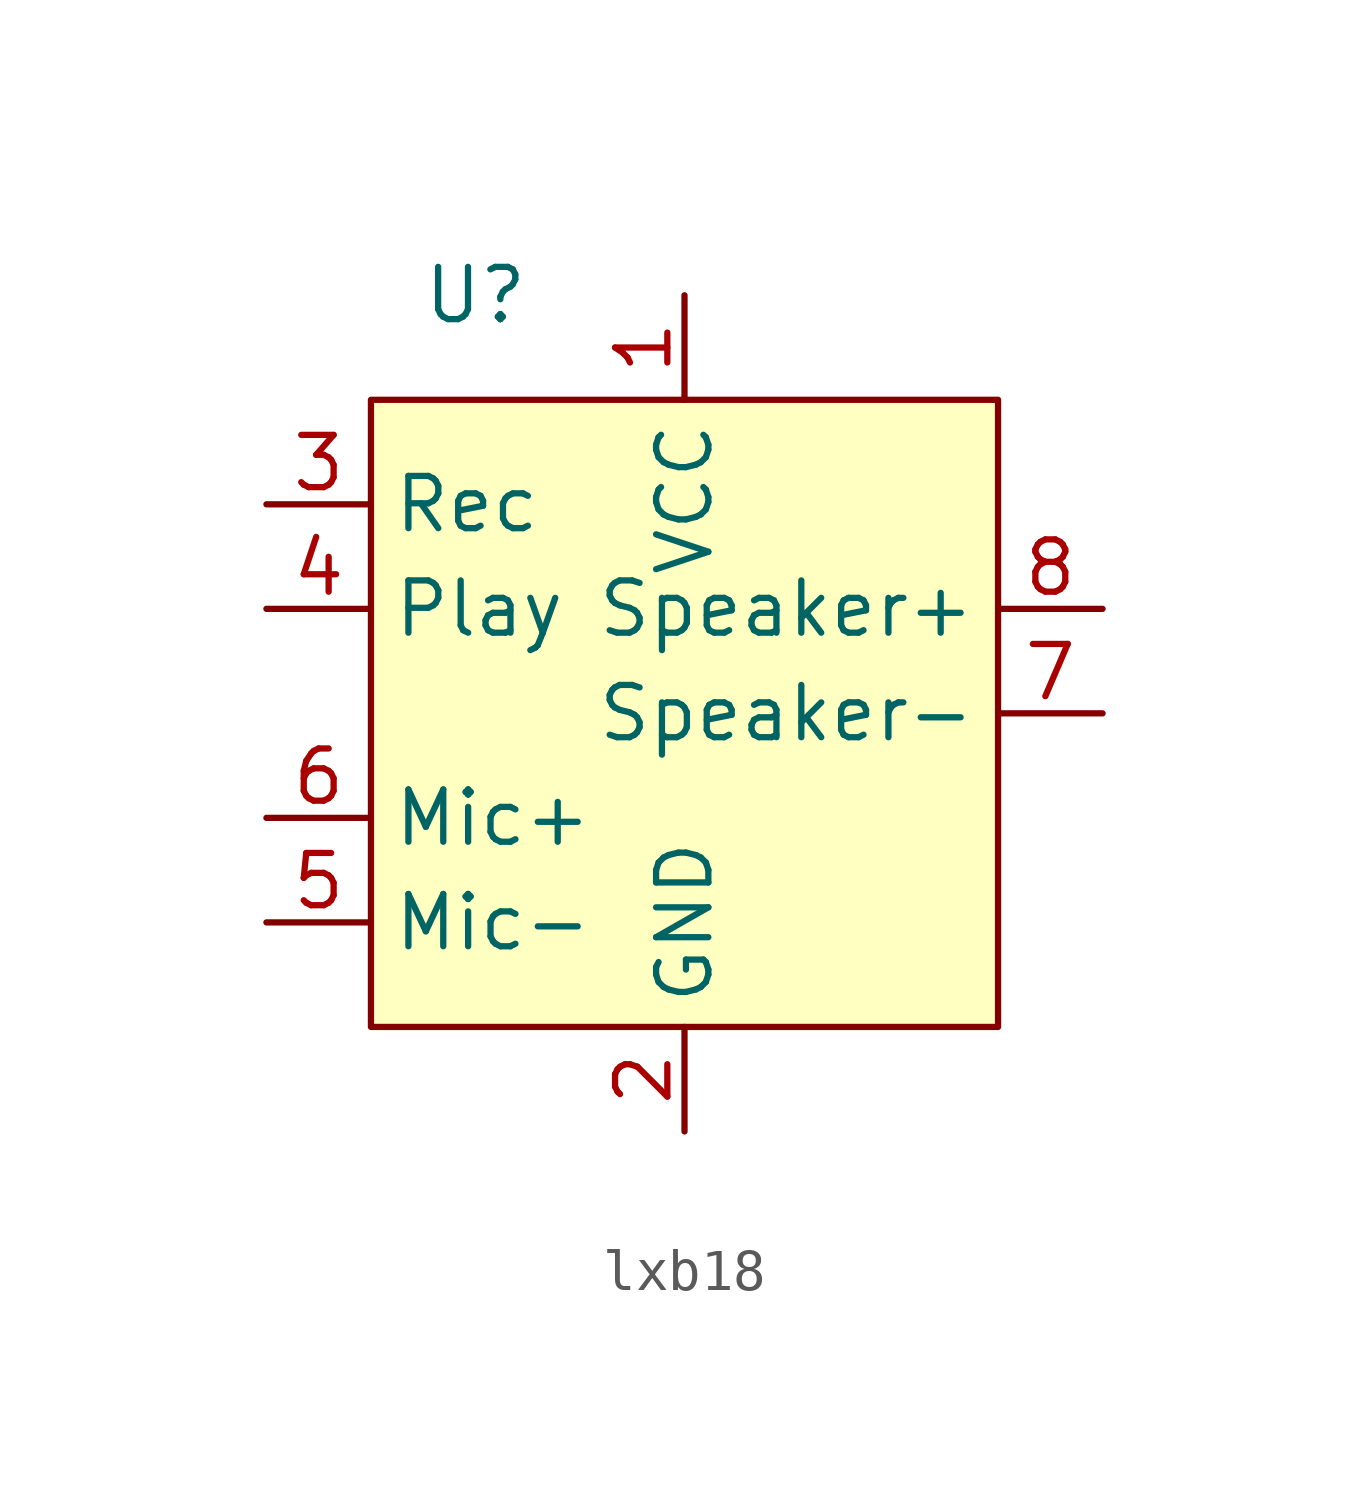
<source format=kicad_sym>
(kicad_symbol_lib
  (version 20211014)
  (generator kicad_symbol_editor)
  (symbol "lxb18"
    (property "Reference" "U"
      (at -5.08 10.16 0)
      (effects (font (size 1.27 1.27))))
    (symbol "lxb18_0_1"
      (rectangle (start -7.62 7.62) (end 7.62 -7.62) (stroke (width 0) (type default) (color 0 0 0 0)) (fill (type background))))
    (symbol "lxb18_1_1"
      (pin input line (at 0 10.16 270) (length 2.54) (name "VCC" (effects (font (size 1.27 1.27)))) (number "1" (effects (font (size 1.27 1.27)))))
      (pin input line (at 0 -10.16 90) (length 2.54) (name "GND" (effects (font (size 1.27 1.27)))) (number "2" (effects (font (size 1.27 1.27)))))
      (pin input line (at -10.16 5.08 0) (length 2.54) (name "Rec" (effects (font (size 1.27 1.27)))) (number "3" (effects (font (size 1.27 1.27)))))
      (pin input line (at -10.16 2.54 0) (length 2.54) (name "Play" (effects (font (size 1.27 1.27)))) (number "4" (effects (font (size 1.27 1.27)))))
      (pin input line (at -10.16 -5.08 0) (length 2.54) (name "Mic-" (effects (font (size 1.27 1.27)))) (number "5" (effects (font (size 1.27 1.27)))))
      (pin input line (at -10.16 -2.54 0) (length 2.54) (name "Mic+" (effects (font (size 1.27 1.27)))) (number "6" (effects (font (size 1.27 1.27)))))
      (pin input line (at 10.16 0 180) (length 2.54) (name "Speaker-" (effects (font (size 1.27 1.27)))) (number "7" (effects (font (size 1.27 1.27)))))
      (pin input line (at 10.16 2.54 180) (length 2.54) (name "Speaker+" (effects (font (size 1.27 1.27)))) (number "8" (effects (font (size 1.27 1.27))))))))
</source>
